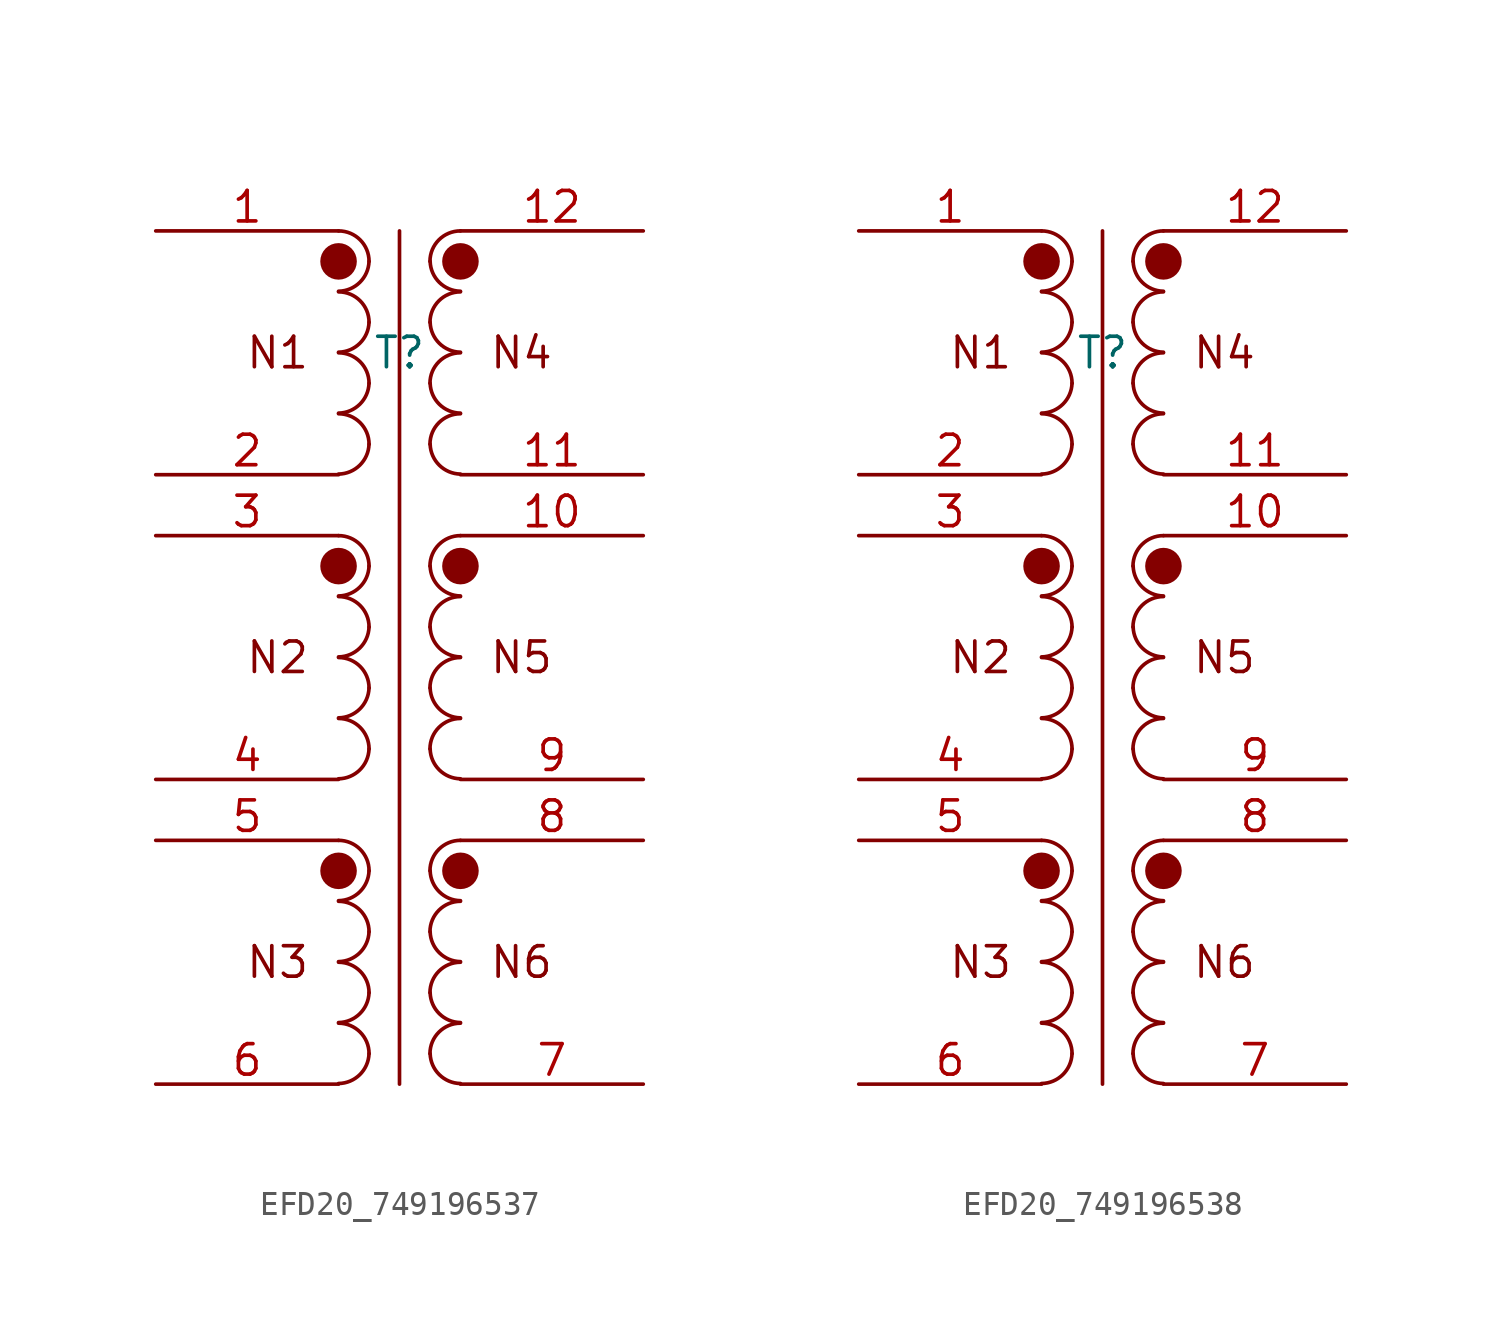
<source format=kicad_sym>
(kicad_symbol_lib
  (version 20220914)
  (generator kicad_symbol_editor)
  (symbol "EFD20_749196537"
    (pin_names hide)
    (property "Reference" "T"
      (at 0 12.7 0)
      (effects (font (size 1.27 1.27))))
    (property "Critical Parameter" ""
      (at 0 -5.08 0)
      (effects (font (size 1.27 1.27)) (justify left)))
    (symbol "EFD20_749196537_0_1"
      (arc (start -2.54 -17.7546) (mid -1.6561 -17.3863) (end -1.27 -16.51) (stroke (width 0) (type default)) (fill (type none)))
      (arc (start -2.54 -15.2146) (mid -1.6561 -14.8463) (end -1.27 -13.97) (stroke (width 0) (type default)) (fill (type none)))
      (arc (start -2.54 -12.6746) (mid -1.6561 -12.3063) (end -1.27 -11.43) (stroke (width 0) (type default)) (fill (type none)))
      (arc (start -2.54 -10.1346) (mid -1.6561 -9.7663) (end -1.27 -8.89) (stroke (width 0) (type default)) (fill (type none)))
      (arc (start -2.54 -5.0546) (mid -1.6561 -4.6863) (end -1.27 -3.81) (stroke (width 0) (type default)) (fill (type none)))
      (arc (start -2.54 -2.5146) (mid -1.6561 -2.1463) (end -1.27 -1.27) (stroke (width 0) (type default)) (fill (type none)))
      (arc (start -2.54 0.0254) (mid -1.6561 0.3937) (end -1.27 1.27) (stroke (width 0) (type default)) (fill (type none)))
      (arc (start -2.54 2.5654) (mid -1.6561 2.9337) (end -1.27 3.81) (stroke (width 0) (type default)) (fill (type none)))
      (arc (start -2.54 7.6454) (mid -1.6561 8.0137) (end -1.27 8.89) (stroke (width 0) (type default)) (fill (type none)))
      (arc (start -2.54 10.1854) (mid -1.6561 10.5537) (end -1.27 11.43) (stroke (width 0) (type default)) (fill (type none)))
      (arc (start -2.54 12.7254) (mid -1.6561 13.0937) (end -1.27 13.97) (stroke (width 0) (type default)) (fill (type none)))
      (arc (start -2.54 15.2654) (mid -1.6561 15.6337) (end -1.27 16.51) (stroke (width 0) (type default)) (fill (type none)))
      (arc (start -1.27 -16.51) (mid -1.642 -15.612) (end -2.54 -15.24) (stroke (width 0) (type default)) (fill (type none)))
      (arc (start -1.27 -13.97) (mid -1.642 -13.072) (end -2.54 -12.7) (stroke (width 0) (type default)) (fill (type none)))
      (arc (start -1.27 -11.43) (mid -1.642 -10.532) (end -2.54 -10.16) (stroke (width 0) (type default)) (fill (type none)))
      (arc (start -1.27 -8.89) (mid -1.642 -7.992) (end -2.54 -7.62) (stroke (width 0) (type default)) (fill (type none)))
      (arc (start -1.27 -3.81) (mid -1.642 -2.912) (end -2.54 -2.54) (stroke (width 0) (type default)) (fill (type none)))
      (arc (start -1.27 -1.27) (mid -1.642 -0.372) (end -2.54 0) (stroke (width 0) (type default)) (fill (type none)))
      (arc (start -1.27 1.27) (mid -1.642 2.168) (end -2.54 2.54) (stroke (width 0) (type default)) (fill (type none)))
      (arc (start -1.27 3.81) (mid -1.642 4.708) (end -2.54 5.08) (stroke (width 0) (type default)) (fill (type none)))
      (arc (start -1.27 8.89) (mid -1.642 9.788) (end -2.54 10.16) (stroke (width 0) (type default)) (fill (type none)))
      (arc (start -1.27 11.43) (mid -1.642 12.328) (end -2.54 12.7) (stroke (width 0) (type default)) (fill (type none)))
      (arc (start -1.27 13.97) (mid -1.642 14.868) (end -2.54 15.24) (stroke (width 0) (type default)) (fill (type none)))
      (arc (start -1.27 16.51) (mid -1.642 17.408) (end -2.54 17.78) (stroke (width 0) (type default)) (fill (type none)))
      (polyline (pts (xy 0 -17.78) (xy 0 17.78)) (stroke (width 0) (type default)) (fill (type none)))
      (arc (start 1.27 -16.51) (mid 1.6561 -17.3863) (end 2.54 -17.7546) (stroke (width 0) (type default)) (fill (type none)))
      (arc (start 1.27 -13.97) (mid 1.6561 -14.8463) (end 2.54 -15.2146) (stroke (width 0) (type default)) (fill (type none)))
      (arc (start 1.27 -11.43) (mid 1.6561 -12.3063) (end 2.54 -12.6746) (stroke (width 0) (type default)) (fill (type none)))
      (arc (start 1.27 -8.89) (mid 1.6561 -9.7663) (end 2.54 -10.1346) (stroke (width 0) (type default)) (fill (type none)))
      (arc (start 1.27 -3.81) (mid 1.6561 -4.6863) (end 2.54 -5.0546) (stroke (width 0) (type default)) (fill (type none)))
      (arc (start 1.27 -1.27) (mid 1.6561 -2.1463) (end 2.54 -2.5146) (stroke (width 0) (type default)) (fill (type none)))
      (arc (start 1.27 1.27) (mid 1.6561 0.3937) (end 2.54 0.0254) (stroke (width 0) (type default)) (fill (type none)))
      (arc (start 1.27 3.81) (mid 1.6561 2.9337) (end 2.54 2.5654) (stroke (width 0) (type default)) (fill (type none)))
      (arc (start 1.27 8.89) (mid 1.6561 8.0137) (end 2.54 7.6454) (stroke (width 0) (type default)) (fill (type none)))
      (arc (start 1.27 11.43) (mid 1.6561 10.5537) (end 2.54 10.1854) (stroke (width 0) (type default)) (fill (type none)))
      (arc (start 1.27 13.97) (mid 1.6561 13.0937) (end 2.54 12.7254) (stroke (width 0) (type default)) (fill (type none)))
      (arc (start 1.27 16.51) (mid 1.6561 15.6337) (end 2.54 15.2654) (stroke (width 0) (type default)) (fill (type none)))
      (arc (start 2.54 -15.24) (mid 1.642 -15.612) (end 1.27 -16.51) (stroke (width 0) (type default)) (fill (type none)))
      (arc (start 2.54 -12.7) (mid 1.642 -13.072) (end 1.27 -13.97) (stroke (width 0) (type default)) (fill (type none)))
      (arc (start 2.54 -10.16) (mid 1.642 -10.532) (end 1.27 -11.43) (stroke (width 0) (type default)) (fill (type none)))
      (arc (start 2.54 -7.62) (mid 1.642 -7.992) (end 1.27 -8.89) (stroke (width 0) (type default)) (fill (type none)))
      (arc (start 2.54 -2.54) (mid 1.642 -2.912) (end 1.27 -3.81) (stroke (width 0) (type default)) (fill (type none)))
      (arc (start 2.54 0) (mid 1.642 -0.372) (end 1.27 -1.27) (stroke (width 0) (type default)) (fill (type none)))
      (arc (start 2.54 2.54) (mid 1.642 2.168) (end 1.27 1.27) (stroke (width 0) (type default)) (fill (type none)))
      (arc (start 2.54 5.08) (mid 1.642 4.708) (end 1.27 3.81) (stroke (width 0) (type default)) (fill (type none)))
      (arc (start 2.54 10.16) (mid 1.642 9.788) (end 1.27 8.89) (stroke (width 0) (type default)) (fill (type none)))
      (arc (start 2.54 12.7) (mid 1.642 12.328) (end 1.27 11.43) (stroke (width 0) (type default)) (fill (type none)))
      (arc (start 2.54 15.24) (mid 1.642 14.868) (end 1.27 13.97) (stroke (width 0) (type default)) (fill (type none)))
      (arc (start 2.54 17.78) (mid 1.642 17.408) (end 1.27 16.51) (stroke (width 0) (type default)) (fill (type none))))
    (symbol "EFD20_749196537_1_1"
      (circle (center -2.54 -8.89) (radius 0.0001) (stroke (width 0.762) (type default)) (fill (type none)))
      (circle (center -2.54 3.81) (radius 0.0001) (stroke (width 0.762) (type default)) (fill (type none)))
      (circle (center -2.54 16.51) (radius 0.0001) (stroke (width 0.762) (type default)) (fill (type none)))
      (circle (center 2.54 -8.89) (radius 0.0001) (stroke (width 0.762) (type default)) (fill (type none)))
      (circle (center 2.54 3.81) (radius 0.0001) (stroke (width 0.762) (type default)) (fill (type none)))
      (circle (center 2.54 16.51) (radius 0.0001) (stroke (width 0.762) (type default)) (fill (type none)))
      (text "N1" (at -5.08 12.7 0) (effects (font (size 1.27 1.27))))
      (text "N2" (at -5.08 0 0) (effects (font (size 1.27 1.27))))
      (text "N3" (at -5.08 -12.7 0) (effects (font (size 1.27 1.27))))
      (text "N4" (at 5.08 12.7 0) (effects (font (size 1.27 1.27))))
      (text "N5" (at 5.08 0 0) (effects (font (size 1.27 1.27))))
      (text "N6" (at 5.08 -12.7 0) (effects (font (size 1.27 1.27))))
      (pin passive line (at -10.16 17.78 0) (length 7.62) (name "1" (effects (font (size 1.27 1.27)))) (number "1" (effects (font (size 1.27 1.27)))))
      (pin passive line (at -10.16 7.62 0) (length 7.62) (name "2" (effects (font (size 1.27 1.27)))) (number "2" (effects (font (size 1.27 1.27)))))
      (pin passive line (at -10.16 5.08 0) (length 7.62) (name "3" (effects (font (size 1.27 1.27)))) (number "3" (effects (font (size 1.27 1.27)))))
      (pin passive line (at -10.16 -5.08 0) (length 7.62) (name "4" (effects (font (size 1.27 1.27)))) (number "4" (effects (font (size 1.27 1.27)))))
      (pin passive line (at -10.16 -7.62 0) (length 7.62) (name "5" (effects (font (size 1.27 1.27)))) (number "5" (effects (font (size 1.27 1.27)))))
      (pin passive line (at -10.16 -17.78 0) (length 7.62) (name "6" (effects (font (size 1.27 1.27)))) (number "6" (effects (font (size 1.27 1.27)))))
      (pin passive line (at 10.16 -17.78 180) (length 7.62) (name "7" (effects (font (size 1.27 1.27)))) (number "7" (effects (font (size 1.27 1.27)))))
      (pin passive line (at 10.16 -7.62 180) (length 7.62) (name "8" (effects (font (size 1.27 1.27)))) (number "8" (effects (font (size 1.27 1.27)))))
      (pin passive line (at 10.16 -5.08 180) (length 7.62) (name "9" (effects (font (size 1.27 1.27)))) (number "9" (effects (font (size 1.27 1.27)))))
      (pin passive line (at 10.16 5.08 180) (length 7.62) (name "10" (effects (font (size 1.27 1.27)))) (number "10" (effects (font (size 1.27 1.27)))))
      (pin passive line (at 10.16 7.62 180) (length 7.62) (name "11" (effects (font (size 1.27 1.27)))) (number "11" (effects (font (size 1.27 1.27)))))
      (pin passive line (at 10.16 17.78 180) (length 7.62) (name "12" (effects (font (size 1.27 1.27)))) (number "12" (effects (font (size 1.27 1.27)))))))
  (symbol "EFD20_749196538"
    (pin_names hide)
    (property "Reference" "T"
      (at 0 12.7 0)
      (effects (font (size 1.27 1.27))))
    (property "Critical Parameter" ""
      (at 0 -5.08 0)
      (effects (font (size 1.27 1.27)) (justify left)))
    (symbol "EFD20_749196538_0_1"
      (arc (start -2.54 -17.7546) (mid -1.6561 -17.3863) (end -1.27 -16.51) (stroke (width 0) (type default)) (fill (type none)))
      (arc (start -2.54 -15.2146) (mid -1.6561 -14.8463) (end -1.27 -13.97) (stroke (width 0) (type default)) (fill (type none)))
      (arc (start -2.54 -12.6746) (mid -1.6561 -12.3063) (end -1.27 -11.43) (stroke (width 0) (type default)) (fill (type none)))
      (arc (start -2.54 -10.1346) (mid -1.6561 -9.7663) (end -1.27 -8.89) (stroke (width 0) (type default)) (fill (type none)))
      (arc (start -2.54 -5.0546) (mid -1.6561 -4.6863) (end -1.27 -3.81) (stroke (width 0) (type default)) (fill (type none)))
      (arc (start -2.54 -2.5146) (mid -1.6561 -2.1463) (end -1.27 -1.27) (stroke (width 0) (type default)) (fill (type none)))
      (arc (start -2.54 0.0254) (mid -1.6561 0.3937) (end -1.27 1.27) (stroke (width 0) (type default)) (fill (type none)))
      (arc (start -2.54 2.5654) (mid -1.6561 2.9337) (end -1.27 3.81) (stroke (width 0) (type default)) (fill (type none)))
      (arc (start -2.54 7.6454) (mid -1.6561 8.0137) (end -1.27 8.89) (stroke (width 0) (type default)) (fill (type none)))
      (arc (start -2.54 10.1854) (mid -1.6561 10.5537) (end -1.27 11.43) (stroke (width 0) (type default)) (fill (type none)))
      (arc (start -2.54 12.7254) (mid -1.6561 13.0937) (end -1.27 13.97) (stroke (width 0) (type default)) (fill (type none)))
      (arc (start -2.54 15.2654) (mid -1.6561 15.6337) (end -1.27 16.51) (stroke (width 0) (type default)) (fill (type none)))
      (arc (start -1.27 -16.51) (mid -1.642 -15.612) (end -2.54 -15.24) (stroke (width 0) (type default)) (fill (type none)))
      (arc (start -1.27 -13.97) (mid -1.642 -13.072) (end -2.54 -12.7) (stroke (width 0) (type default)) (fill (type none)))
      (arc (start -1.27 -11.43) (mid -1.642 -10.532) (end -2.54 -10.16) (stroke (width 0) (type default)) (fill (type none)))
      (arc (start -1.27 -8.89) (mid -1.642 -7.992) (end -2.54 -7.62) (stroke (width 0) (type default)) (fill (type none)))
      (arc (start -1.27 -3.81) (mid -1.642 -2.912) (end -2.54 -2.54) (stroke (width 0) (type default)) (fill (type none)))
      (arc (start -1.27 -1.27) (mid -1.642 -0.372) (end -2.54 0) (stroke (width 0) (type default)) (fill (type none)))
      (arc (start -1.27 1.27) (mid -1.642 2.168) (end -2.54 2.54) (stroke (width 0) (type default)) (fill (type none)))
      (arc (start -1.27 3.81) (mid -1.642 4.708) (end -2.54 5.08) (stroke (width 0) (type default)) (fill (type none)))
      (arc (start -1.27 8.89) (mid -1.642 9.788) (end -2.54 10.16) (stroke (width 0) (type default)) (fill (type none)))
      (arc (start -1.27 11.43) (mid -1.642 12.328) (end -2.54 12.7) (stroke (width 0) (type default)) (fill (type none)))
      (arc (start -1.27 13.97) (mid -1.642 14.868) (end -2.54 15.24) (stroke (width 0) (type default)) (fill (type none)))
      (arc (start -1.27 16.51) (mid -1.642 17.408) (end -2.54 17.78) (stroke (width 0) (type default)) (fill (type none)))
      (polyline (pts (xy 0 -17.78) (xy 0 17.78)) (stroke (width 0) (type default)) (fill (type none)))
      (arc (start 1.27 -16.51) (mid 1.6561 -17.3863) (end 2.54 -17.7546) (stroke (width 0) (type default)) (fill (type none)))
      (arc (start 1.27 -13.97) (mid 1.6561 -14.8463) (end 2.54 -15.2146) (stroke (width 0) (type default)) (fill (type none)))
      (arc (start 1.27 -11.43) (mid 1.6561 -12.3063) (end 2.54 -12.6746) (stroke (width 0) (type default)) (fill (type none)))
      (arc (start 1.27 -8.89) (mid 1.6561 -9.7663) (end 2.54 -10.1346) (stroke (width 0) (type default)) (fill (type none)))
      (arc (start 1.27 -3.81) (mid 1.6561 -4.6863) (end 2.54 -5.0546) (stroke (width 0) (type default)) (fill (type none)))
      (arc (start 1.27 -1.27) (mid 1.6561 -2.1463) (end 2.54 -2.5146) (stroke (width 0) (type default)) (fill (type none)))
      (arc (start 1.27 1.27) (mid 1.6561 0.3937) (end 2.54 0.0254) (stroke (width 0) (type default)) (fill (type none)))
      (arc (start 1.27 3.81) (mid 1.6561 2.9337) (end 2.54 2.5654) (stroke (width 0) (type default)) (fill (type none)))
      (arc (start 1.27 8.89) (mid 1.6561 8.0137) (end 2.54 7.6454) (stroke (width 0) (type default)) (fill (type none)))
      (arc (start 1.27 11.43) (mid 1.6561 10.5537) (end 2.54 10.1854) (stroke (width 0) (type default)) (fill (type none)))
      (arc (start 1.27 13.97) (mid 1.6561 13.0937) (end 2.54 12.7254) (stroke (width 0) (type default)) (fill (type none)))
      (arc (start 1.27 16.51) (mid 1.6561 15.6337) (end 2.54 15.2654) (stroke (width 0) (type default)) (fill (type none)))
      (arc (start 2.54 -15.24) (mid 1.642 -15.612) (end 1.27 -16.51) (stroke (width 0) (type default)) (fill (type none)))
      (arc (start 2.54 -12.7) (mid 1.642 -13.072) (end 1.27 -13.97) (stroke (width 0) (type default)) (fill (type none)))
      (arc (start 2.54 -10.16) (mid 1.642 -10.532) (end 1.27 -11.43) (stroke (width 0) (type default)) (fill (type none)))
      (arc (start 2.54 -7.62) (mid 1.642 -7.992) (end 1.27 -8.89) (stroke (width 0) (type default)) (fill (type none)))
      (arc (start 2.54 -2.54) (mid 1.642 -2.912) (end 1.27 -3.81) (stroke (width 0) (type default)) (fill (type none)))
      (arc (start 2.54 0) (mid 1.642 -0.372) (end 1.27 -1.27) (stroke (width 0) (type default)) (fill (type none)))
      (arc (start 2.54 2.54) (mid 1.642 2.168) (end 1.27 1.27) (stroke (width 0) (type default)) (fill (type none)))
      (arc (start 2.54 5.08) (mid 1.642 4.708) (end 1.27 3.81) (stroke (width 0) (type default)) (fill (type none)))
      (arc (start 2.54 10.16) (mid 1.642 9.788) (end 1.27 8.89) (stroke (width 0) (type default)) (fill (type none)))
      (arc (start 2.54 12.7) (mid 1.642 12.328) (end 1.27 11.43) (stroke (width 0) (type default)) (fill (type none)))
      (arc (start 2.54 15.24) (mid 1.642 14.868) (end 1.27 13.97) (stroke (width 0) (type default)) (fill (type none)))
      (arc (start 2.54 17.78) (mid 1.642 17.408) (end 1.27 16.51) (stroke (width 0) (type default)) (fill (type none))))
    (symbol "EFD20_749196538_1_1"
      (circle (center -2.54 -8.89) (radius 0.0001) (stroke (width 0.762) (type default)) (fill (type none)))
      (circle (center -2.54 3.81) (radius 0.0001) (stroke (width 0.762) (type default)) (fill (type none)))
      (circle (center -2.54 16.51) (radius 0.0001) (stroke (width 0.762) (type default)) (fill (type none)))
      (circle (center 2.54 -8.89) (radius 0.0001) (stroke (width 0.762) (type default)) (fill (type none)))
      (circle (center 2.54 3.81) (radius 0.0001) (stroke (width 0.762) (type default)) (fill (type none)))
      (circle (center 2.54 16.51) (radius 0.0001) (stroke (width 0.762) (type default)) (fill (type none)))
      (text "N1" (at -5.08 12.7 0) (effects (font (size 1.27 1.27))))
      (text "N2" (at -5.08 0 0) (effects (font (size 1.27 1.27))))
      (text "N3" (at -5.08 -12.7 0) (effects (font (size 1.27 1.27))))
      (text "N4" (at 5.08 12.7 0) (effects (font (size 1.27 1.27))))
      (text "N5" (at 5.08 0 0) (effects (font (size 1.27 1.27))))
      (text "N6" (at 5.08 -12.7 0) (effects (font (size 1.27 1.27))))
      (pin passive line (at -10.16 17.78 0) (length 7.62) (name "1" (effects (font (size 1.27 1.27)))) (number "1" (effects (font (size 1.27 1.27)))))
      (pin passive line (at -10.16 7.62 0) (length 7.62) (name "2" (effects (font (size 1.27 1.27)))) (number "2" (effects (font (size 1.27 1.27)))))
      (pin passive line (at -10.16 5.08 0) (length 7.62) (name "3" (effects (font (size 1.27 1.27)))) (number "3" (effects (font (size 1.27 1.27)))))
      (pin passive line (at -10.16 -5.08 0) (length 7.62) (name "4" (effects (font (size 1.27 1.27)))) (number "4" (effects (font (size 1.27 1.27)))))
      (pin passive line (at -10.16 -7.62 0) (length 7.62) (name "5" (effects (font (size 1.27 1.27)))) (number "5" (effects (font (size 1.27 1.27)))))
      (pin passive line (at -10.16 -17.78 0) (length 7.62) (name "6" (effects (font (size 1.27 1.27)))) (number "6" (effects (font (size 1.27 1.27)))))
      (pin passive line (at 10.16 -17.78 180) (length 7.62) (name "7" (effects (font (size 1.27 1.27)))) (number "7" (effects (font (size 1.27 1.27)))))
      (pin passive line (at 10.16 -7.62 180) (length 7.62) (name "8" (effects (font (size 1.27 1.27)))) (number "8" (effects (font (size 1.27 1.27)))))
      (pin passive line (at 10.16 -5.08 180) (length 7.62) (name "9" (effects (font (size 1.27 1.27)))) (number "9" (effects (font (size 1.27 1.27)))))
      (pin passive line (at 10.16 5.08 180) (length 7.62) (name "10" (effects (font (size 1.27 1.27)))) (number "10" (effects (font (size 1.27 1.27)))))
      (pin passive line (at 10.16 7.62 180) (length 7.62) (name "11" (effects (font (size 1.27 1.27)))) (number "11" (effects (font (size 1.27 1.27)))))
      (pin passive line (at 10.16 17.78 180) (length 7.62) (name "12" (effects (font (size 1.27 1.27)))) (number "12" (effects (font (size 1.27 1.27))))))))
</source>
